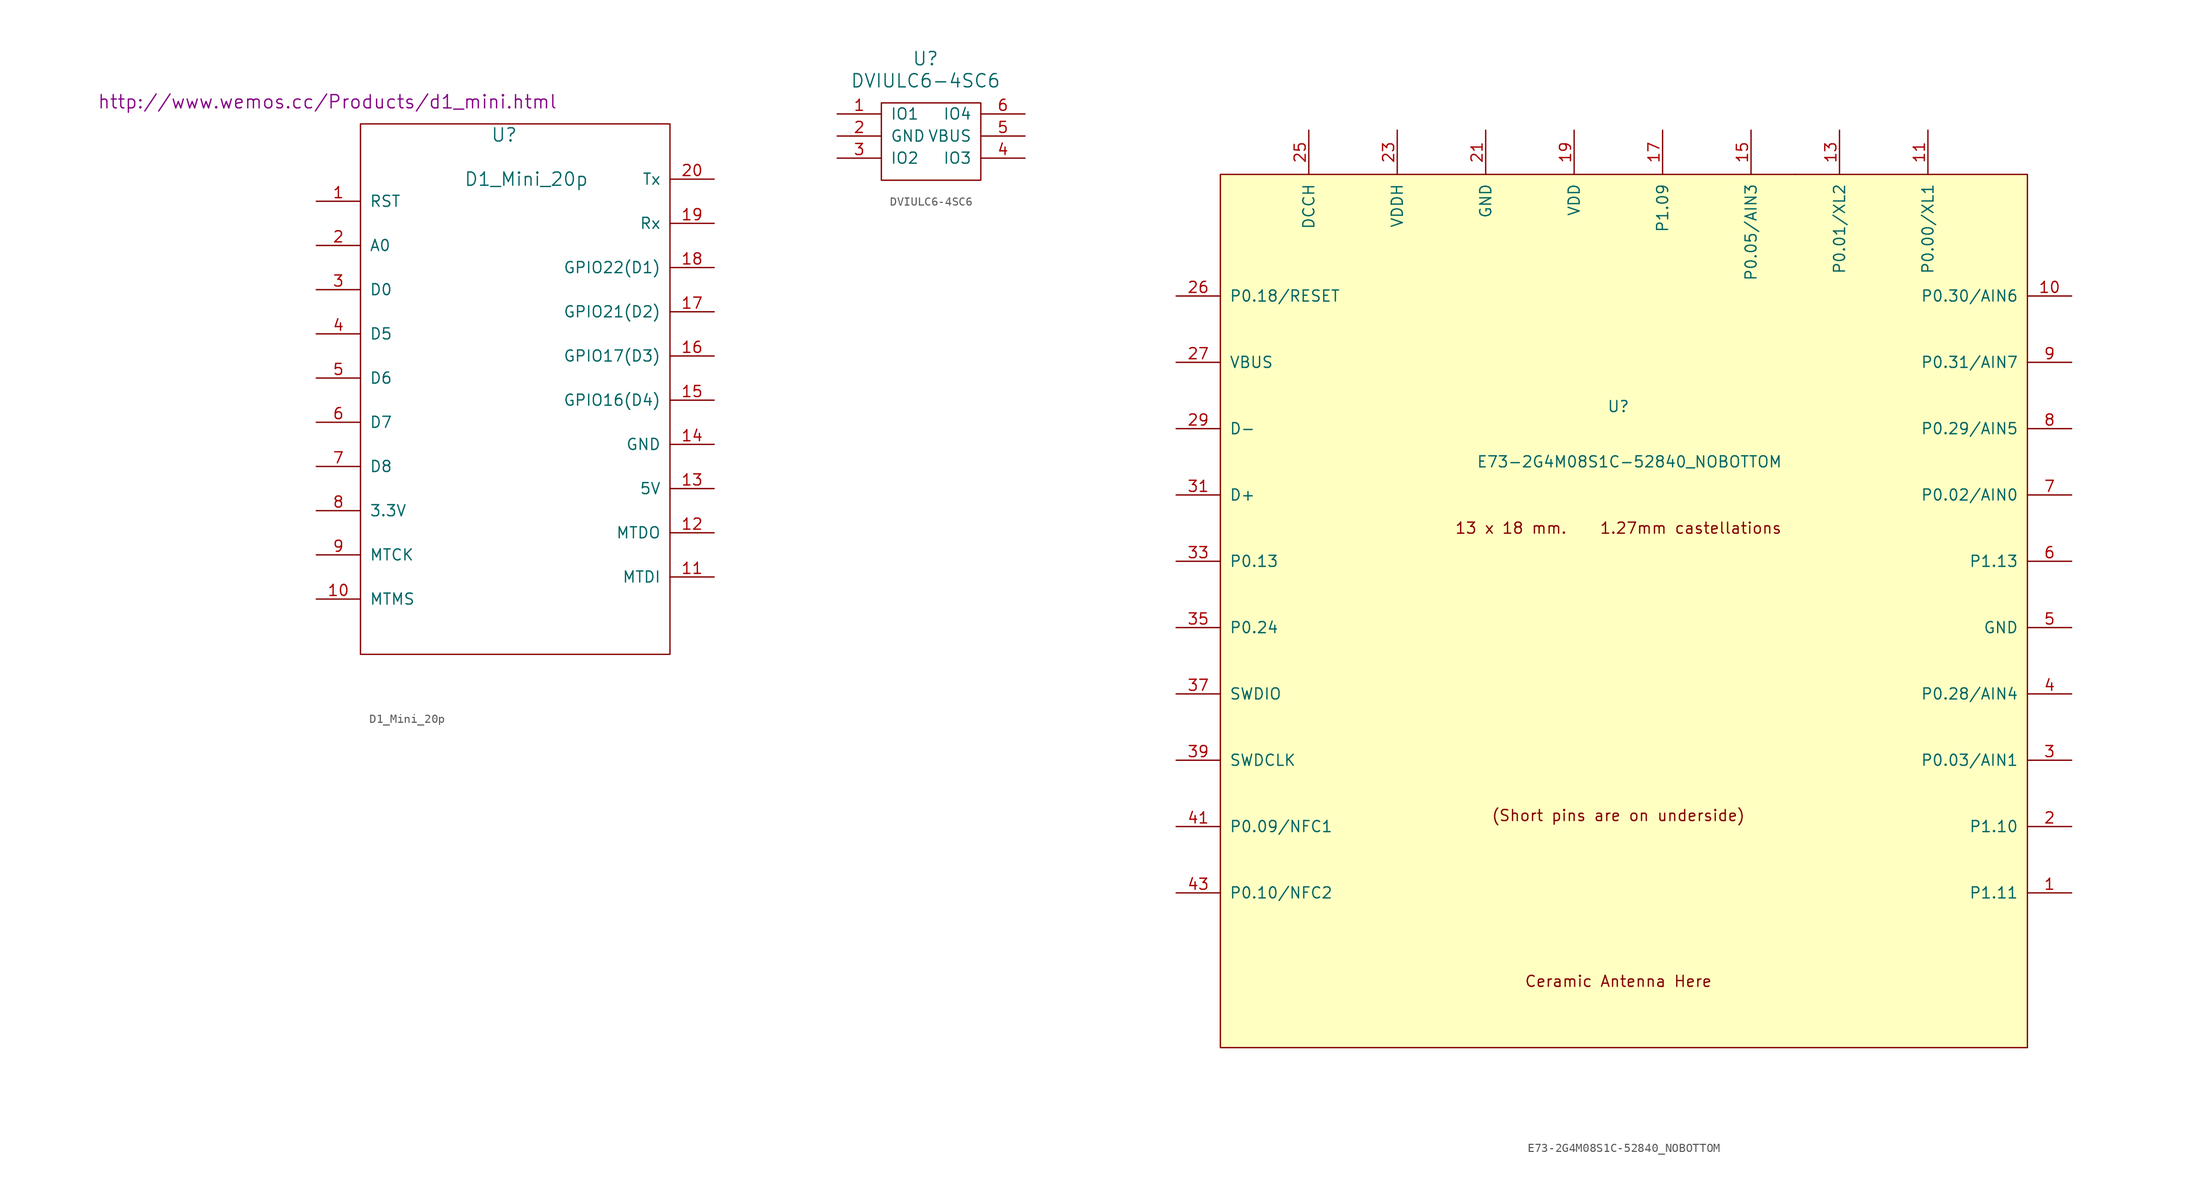
<source format=kicad_sym>
(kicad_symbol_lib
  (version 20231120)
  (generator "kicad_symbol_editor")
  (generator_version "8.0")
  (symbol "D1_Mini_20p"
    (pin_names
      (offset 1.016))
    (property "Reference" "U"
      (at 11.43 -26.67 0)
      (effects (font (size 1.524 1.524))))
    (property "Value" "D1_Mini_20p"
      (at 13.97 -31.75 0)
      (effects (font (size 1.524 1.524))))
    (property "Footprint" ""
      (at -11.43 -31.75 0)
      (effects (font (size 1.524 1.524))))
    (property "Datasheet" "http://www.wemos.cc/Products/d1_mini.html"
      (at -8.89 -22.86 0)
      (effects (font (size 1.524 1.524))))
    (symbol "D1_Mini_20p_0_1"
      (rectangle (start 30.48 -86.36) (end -5.08 -25.4) (stroke (width 0) (type default)) (fill (type none))))
    (symbol "D1_Mini_20p_1_1"
      (pin bidirectional line (at -10.16 -34.29 0) (length 5.08) (name "RST" (effects (font (size 1.27 1.27)))) (number "1" (effects (font (size 1.27 1.27)))))
      (pin bidirectional line (at -10.16 -80.01 0) (length 5.08) (name "MTMS" (effects (font (size 1.27 1.27)))) (number "10" (effects (font (size 1.27 1.27)))))
      (pin bidirectional line (at 35.56 -77.47 180) (length 5.08) (name "MTDI" (effects (font (size 1.27 1.27)))) (number "11" (effects (font (size 1.27 1.27)))))
      (pin bidirectional line (at 35.56 -72.39 180) (length 5.08) (name "MTDO" (effects (font (size 1.27 1.27)))) (number "12" (effects (font (size 1.27 1.27)))))
      (pin power_in line (at 35.56 -67.31 180) (length 5.08) (name "5V" (effects (font (size 1.27 1.27)))) (number "13" (effects (font (size 1.27 1.27)))))
      (pin power_in line (at 35.56 -62.23 180) (length 5.08) (name "GND" (effects (font (size 1.27 1.27)))) (number "14" (effects (font (size 1.27 1.27)))))
      (pin bidirectional line (at 35.56 -57.15 180) (length 5.08) (name "GPIO16(D4)" (effects (font (size 1.27 1.27)))) (number "15" (effects (font (size 1.27 1.27)))))
      (pin bidirectional line (at 35.56 -52.07 180) (length 5.08) (name "GPIO17(D3)" (effects (font (size 1.27 1.27)))) (number "16" (effects (font (size 1.27 1.27)))))
      (pin bidirectional line (at 35.56 -46.99 180) (length 5.08) (name "GPIO21(D2)" (effects (font (size 1.27 1.27)))) (number "17" (effects (font (size 1.27 1.27)))))
      (pin bidirectional line (at 35.56 -41.91 180) (length 5.08) (name "GPIO22(D1)" (effects (font (size 1.27 1.27)))) (number "18" (effects (font (size 1.27 1.27)))))
      (pin bidirectional line (at 35.56 -36.83 180) (length 5.08) (name "Rx" (effects (font (size 1.27 1.27)))) (number "19" (effects (font (size 1.27 1.27)))))
      (pin bidirectional line (at -10.16 -39.37 0) (length 5.08) (name "A0" (effects (font (size 1.27 1.27)))) (number "2" (effects (font (size 1.27 1.27)))))
      (pin bidirectional line (at 35.56 -31.75 180) (length 5.08) (name "Tx" (effects (font (size 1.27 1.27)))) (number "20" (effects (font (size 1.27 1.27)))))
      (pin bidirectional line (at -10.16 -44.45 0) (length 5.08) (name "D0" (effects (font (size 1.27 1.27)))) (number "3" (effects (font (size 1.27 1.27)))))
      (pin bidirectional line (at -10.16 -49.53 0) (length 5.08) (name "D5" (effects (font (size 1.27 1.27)))) (number "4" (effects (font (size 1.27 1.27)))))
      (pin bidirectional line (at -10.16 -54.61 0) (length 5.08) (name "D6" (effects (font (size 1.27 1.27)))) (number "5" (effects (font (size 1.27 1.27)))))
      (pin bidirectional line (at -10.16 -59.69 0) (length 5.08) (name "D7" (effects (font (size 1.27 1.27)))) (number "6" (effects (font (size 1.27 1.27)))))
      (pin bidirectional line (at -10.16 -64.77 0) (length 5.08) (name "D8" (effects (font (size 1.27 1.27)))) (number "7" (effects (font (size 1.27 1.27)))))
      (pin power_out line (at -10.16 -69.85 0) (length 5.08) (name "3.3V" (effects (font (size 1.27 1.27)))) (number "8" (effects (font (size 1.27 1.27)))))
      (pin bidirectional line (at -10.16 -74.93 0) (length 5.08) (name "MTCK" (effects (font (size 1.27 1.27)))) (number "9" (effects (font (size 1.27 1.27)))))))
  (symbol "DVIULC6-4SC6"
    (pin_names
      (offset 1.016))
    (property "Reference" "U"
      (at 0 2.54 0)
      (effects (font (size 1.524 1.524))))
    (property "Value" "DVIULC6-4SC6"
      (at 0 0 0)
      (effects (font (size 1.524 1.524))))
    (symbol "DVIULC6-4SC6_0_1"
      (rectangle (start -5.08 -2.54) (end 6.35 -11.43) (stroke (width 0) (type default)) (fill (type none))))
    (symbol "DVIULC6-4SC6_1_1"
      (pin input line (at -10.16 -3.81 0) (length 5.08) (name "IO1" (effects (font (size 1.27 1.27)))) (number "1" (effects (font (size 1.27 1.27)))))
      (pin input line (at -10.16 -6.35 0) (length 5.08) (name "GND" (effects (font (size 1.27 1.27)))) (number "2" (effects (font (size 1.27 1.27)))))
      (pin input line (at -10.16 -8.89 0) (length 5.08) (name "IO2" (effects (font (size 1.27 1.27)))) (number "3" (effects (font (size 1.27 1.27)))))
      (pin input line (at 11.43 -8.89 180) (length 5.08) (name "IO3" (effects (font (size 1.27 1.27)))) (number "4" (effects (font (size 1.27 1.27)))))
      (pin input line (at 11.43 -6.35 180) (length 5.08) (name "VBUS" (effects (font (size 1.27 1.27)))) (number "5" (effects (font (size 1.27 1.27)))))
      (pin input line (at 11.43 -3.81 180) (length 5.08) (name "IO4" (effects (font (size 1.27 1.27)))) (number "6" (effects (font (size 1.27 1.27)))))))
  (symbol "E73-2G4M08S1C-52840_NOBOTTOM"
    (pin_names
      (offset 1.016))
    (property "Reference" "U"
      (at 0 46.99 0)
      (effects (font (size 1.27 1.27))))
    (property "Value" "E73-2G4M08S1C-52840_NOBOTTOM"
      (at 1.27 40.64 0)
      (effects (font (size 1.27 1.27))))
    (symbol "E73-2G4M08S1C-52840_NOBOTTOM_0_0"
      (text "(Short pins are on underside)" (at 0 0 0) (effects (font (size 1.27 1.27))))
      (text "13 x 18 mm.    1.27mm castellations" (at 0 33.02 0) (effects (font (size 1.27 1.27))))
      (text "Ceramic Antenna Here" (at 0 -19.05 0) (effects (font (size 1.27 1.27)))))
    (symbol "E73-2G4M08S1C-52840_NOBOTTOM_0_1"
      (rectangle (start -45.72 73.66) (end 46.99 -26.67) (stroke (width 0) (type default)) (fill (type background)))
      (rectangle (start 20.32 73.66) (end 20.32 73.66) (stroke (width 0) (type default)) (fill (type none))))
    (symbol "E73-2G4M08S1C-52840_NOBOTTOM_1_1"
      (pin bidirectional line (at 52.07 -8.89 180) (length 5.08) (name "P1.11" (effects (font (size 1.27 1.27)))) (number "1" (effects (font (size 1.27 1.27)))))
      (pin bidirectional line (at 52.07 59.69 180) (length 5.08) (name "P0.30/AIN6" (effects (font (size 1.27 1.27)))) (number "10" (effects (font (size 1.27 1.27)))))
      (pin bidirectional line (at 35.56 78.74 270) (length 5.08) (name "P0.00/XL1" (effects (font (size 1.27 1.27)))) (number "11" (effects (font (size 1.27 1.27)))))
      (pin bidirectional line (at 25.4 78.74 270) (length 5.08) (name "P0.01/XL2" (effects (font (size 1.27 1.27)))) (number "13" (effects (font (size 1.27 1.27)))))
      (pin bidirectional line (at 15.24 78.74 270) (length 5.08) (name "P0.05/AIN3" (effects (font (size 1.27 1.27)))) (number "15" (effects (font (size 1.27 1.27)))))
      (pin bidirectional line (at 5.08 78.74 270) (length 5.08) (name "P1.09" (effects (font (size 1.27 1.27)))) (number "17" (effects (font (size 1.27 1.27)))))
      (pin power_in line (at -5.08 78.74 270) (length 5.08) (name "VDD" (effects (font (size 1.27 1.27)))) (number "19" (effects (font (size 1.27 1.27)))))
      (pin bidirectional line (at 52.07 -1.27 180) (length 5.08) (name "P1.10" (effects (font (size 1.27 1.27)))) (number "2" (effects (font (size 1.27 1.27)))))
      (pin power_in line (at -15.24 78.74 270) (length 5.08) (name "GND" (effects (font (size 1.27 1.27)))) (number "21" (effects (font (size 1.27 1.27)))))
      (pin bidirectional line (at -25.4 78.74 270) (length 5.08) (name "VDDH" (effects (font (size 1.27 1.27)))) (number "23" (effects (font (size 1.27 1.27)))))
      (pin bidirectional line (at -35.56 78.74 270) (length 5.08) (name "DCCH" (effects (font (size 1.27 1.27)))) (number "25" (effects (font (size 1.27 1.27)))))
      (pin bidirectional line (at -50.8 59.69 0) (length 5.08) (name "P0.18/RESET" (effects (font (size 1.27 1.27)))) (number "26" (effects (font (size 1.27 1.27)))))
      (pin power_in line (at -50.8 52.07 0) (length 5.08) (name "VBUS" (effects (font (size 1.27 1.27)))) (number "27" (effects (font (size 1.27 1.27)))))
      (pin bidirectional line (at -50.8 44.45 0) (length 5.08) (name "D-" (effects (font (size 1.27 1.27)))) (number "29" (effects (font (size 1.27 1.27)))))
      (pin bidirectional line (at 52.07 6.35 180) (length 5.08) (name "P0.03/AIN1" (effects (font (size 1.27 1.27)))) (number "3" (effects (font (size 1.27 1.27)))))
      (pin bidirectional line (at -50.8 36.83 0) (length 5.08) (name "D+" (effects (font (size 1.27 1.27)))) (number "31" (effects (font (size 1.27 1.27)))))
      (pin bidirectional line (at -50.8 29.21 0) (length 5.08) (name "P0.13" (effects (font (size 1.27 1.27)))) (number "33" (effects (font (size 1.27 1.27)))))
      (pin bidirectional line (at -50.8 21.59 0) (length 5.08) (name "P0.24" (effects (font (size 1.27 1.27)))) (number "35" (effects (font (size 1.27 1.27)))))
      (pin bidirectional line (at -50.8 13.97 0) (length 5.08) (name "SWDIO" (effects (font (size 1.27 1.27)))) (number "37" (effects (font (size 1.27 1.27)))))
      (pin bidirectional line (at -50.8 6.35 0) (length 5.08) (name "SWDCLK" (effects (font (size 1.27 1.27)))) (number "39" (effects (font (size 1.27 1.27)))))
      (pin bidirectional line (at 52.07 13.97 180) (length 5.08) (name "P0.28/AIN4" (effects (font (size 1.27 1.27)))) (number "4" (effects (font (size 1.27 1.27)))))
      (pin bidirectional line (at -50.8 -1.27 0) (length 5.08) (name "P0.09/NFC1" (effects (font (size 1.27 1.27)))) (number "41" (effects (font (size 1.27 1.27)))))
      (pin bidirectional line (at -50.8 -8.89 0) (length 5.08) (name "P0.10/NFC2" (effects (font (size 1.27 1.27)))) (number "43" (effects (font (size 1.27 1.27)))))
      (pin power_in line (at 52.07 21.59 180) (length 5.08) (name "GND" (effects (font (size 1.27 1.27)))) (number "5" (effects (font (size 1.27 1.27)))))
      (pin bidirectional line (at 52.07 29.21 180) (length 5.08) (name "P1.13" (effects (font (size 1.27 1.27)))) (number "6" (effects (font (size 1.27 1.27)))))
      (pin bidirectional line (at 52.07 36.83 180) (length 5.08) (name "P0.02/AIN0" (effects (font (size 1.27 1.27)))) (number "7" (effects (font (size 1.27 1.27)))))
      (pin bidirectional line (at 52.07 44.45 180) (length 5.08) (name "P0.29/AIN5" (effects (font (size 1.27 1.27)))) (number "8" (effects (font (size 1.27 1.27)))))
      (pin bidirectional line (at 52.07 52.07 180) (length 5.08) (name "P0.31/AIN7" (effects (font (size 1.27 1.27)))) (number "9" (effects (font (size 1.27 1.27))))))))
</source>
